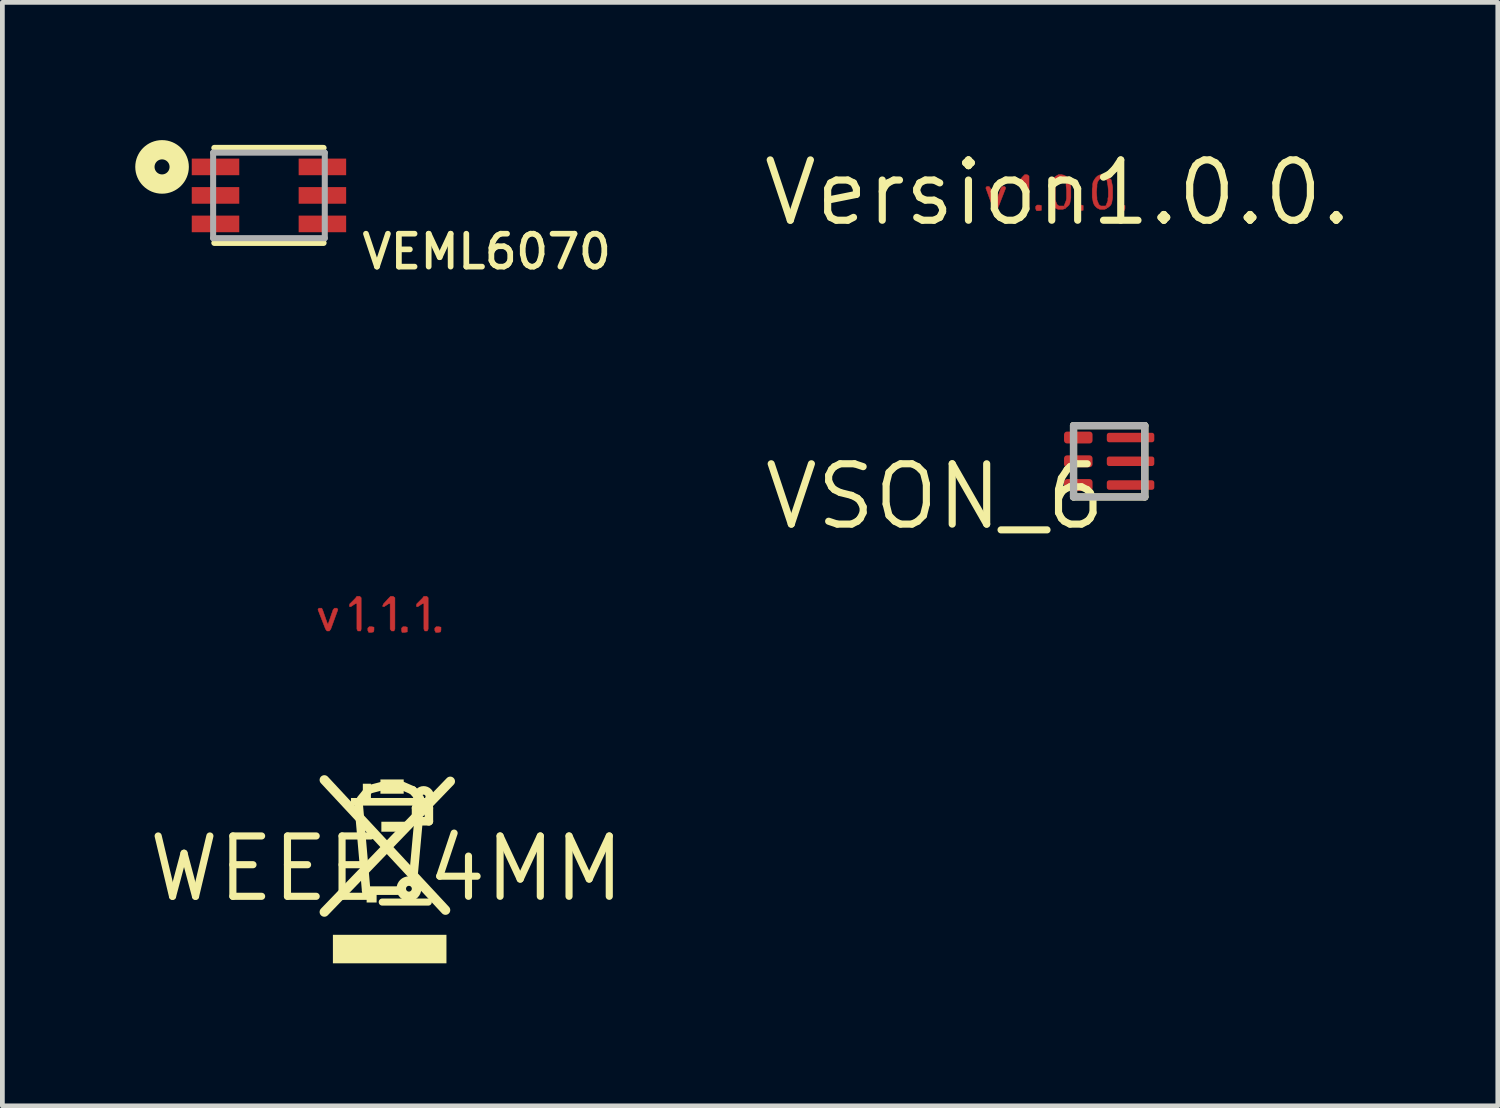
<source format=kicad_pcb>
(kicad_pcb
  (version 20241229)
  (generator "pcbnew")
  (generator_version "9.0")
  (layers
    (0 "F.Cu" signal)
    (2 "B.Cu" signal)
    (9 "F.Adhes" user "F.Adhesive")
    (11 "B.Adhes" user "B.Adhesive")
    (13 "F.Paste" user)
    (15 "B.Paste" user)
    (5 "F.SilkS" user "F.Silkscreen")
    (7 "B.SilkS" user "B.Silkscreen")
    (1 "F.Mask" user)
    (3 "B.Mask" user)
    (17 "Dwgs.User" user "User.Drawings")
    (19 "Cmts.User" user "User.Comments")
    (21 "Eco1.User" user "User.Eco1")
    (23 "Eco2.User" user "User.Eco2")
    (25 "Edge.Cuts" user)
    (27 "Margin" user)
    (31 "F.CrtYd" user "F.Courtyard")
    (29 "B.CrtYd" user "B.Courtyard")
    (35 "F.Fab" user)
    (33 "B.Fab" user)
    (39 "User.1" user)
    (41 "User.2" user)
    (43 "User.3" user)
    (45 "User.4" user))
  (footprint "Version1.1.1."
    (layer "F.Cu")
    (at 4.982 9.881)
    (property "Reference" "Version1.1.1." (at 0 -3.2 180) (unlocked yes) (layer "User.1") (effects (font (size 1 1) (thickness 0.15))))
    (fp_poly (pts (xy -0.27 0.38) (xy -0.22 0.38) (xy -0.17 0.37) (xy -0.16 0.33) (xy -0.16 0.27) (xy -0.21 0.26) (xy -0.26 0.26) (xy -0.29 0.29) (xy -0.29 0.34) (xy -0.27 0.38)) (stroke (width 0.01) (type solid)) (fill yes) (layer "F.Cu"))
    (fp_poly (pts (xy 0.43 0.38) (xy 0.48 0.38) (xy 0.54 0.37) (xy 0.54 0.33) (xy 0.54 0.27) (xy 0.5 0.26) (xy 0.45 0.26) (xy 0.42 0.29) (xy 0.42 0.34) (xy 0.43 0.38)) (stroke (width 0.01) (type solid)) (fill yes) (layer "F.Cu"))
    (fp_poly (pts (xy 1.14 0.38) (xy 1.19 0.38) (xy 1.24 0.37) (xy 1.25 0.33) (xy 1.25 0.27) (xy 1.2 0.26) (xy 1.15 0.26) (xy 1.12 0.29) (xy 1.12 0.34) (xy 1.14 0.38)) (stroke (width 0.01) (type solid)) (fill yes) (layer "F.Cu"))
    (fp_poly (pts (xy -0.5 0.35) (xy -0.44 0.35) (xy -0.43 0.31) (xy -0.43 -0.35) (xy -0.46 -0.38) (xy -0.52 -0.38) (xy -0.55 -0.34) (xy -0.67 -0.22) (xy -0.68 -0.17) (xy -0.65 -0.16) (xy -0.56 -0.22) (xy -0.52 -0.23) (xy -0.52 0.31) (xy -0.5 0.35)) (stroke (width 0.01) (type solid)) (fill yes) (layer "F.Cu"))
    (fp_poly (pts (xy 0.21 0.35) (xy 0.26 0.35) (xy 0.28 0.31) (xy 0.28 -0.35) (xy 0.24 -0.38) (xy 0.19 -0.38) (xy 0.15 -0.34) (xy 0.04 -0.22) (xy 0.02 -0.17) (xy 0.05 -0.16) (xy 0.14 -0.22) (xy 0.18 -0.23) (xy 0.18 0.31) (xy 0.21 0.35)) (stroke (width 0.01) (type solid)) (fill yes) (layer "F.Cu"))
    (fp_poly (pts (xy 0.91 0.35) (xy 0.96 0.35) (xy 0.98 0.31) (xy 0.98 -0.35) (xy 0.95 -0.38) (xy 0.89 -0.38) (xy 0.86 -0.34) (xy 0.74 -0.22) (xy 0.73 -0.17) (xy 0.76 -0.16) (xy 0.85 -0.22) (xy 0.89 -0.23) (xy 0.89 0.31) (xy 0.91 0.35)) (stroke (width 0.01) (type solid)) (fill yes) (layer "F.Cu"))
    (fp_poly (pts (xy -1.15 0.35) (xy -1.1 0.35) (xy -1.07 0.31) (xy -0.92 -0.1) (xy -0.94 -0.13) (xy -0.99 -0.13) (xy -1.02 -0.1) (xy -1.11 0.16) (xy -1.13 0.21) (xy -1.15 0.17) (xy -1.24 -0.09) (xy -1.26 -0.13) (xy -1.32 -0.13) (xy -1.34 -0.1) (xy -1.18 0.31) (xy -1.15 0.35)) (stroke (width 0.01) (type solid)) (fill yes) (layer "F.Cu")))
  (footprint "WEEE_4MM"
    (layer "F.Cu")
    (at 5.087 15.236)
    (property "Reference" "WEEE_4MM" (at 0 0 0) (layer "F.SilkS") (effects (font (size 1.27 1.27) (thickness 0.15))))
    (fp_line (start -1.31 -1.87) (end 1.24 0.87) (stroke (width 0.2) (type solid)) (layer "F.SilkS"))
    (fp_line (start -1.31 0.91) (end 1.34 -1.84) (stroke (width 0.2) (type solid)) (layer "F.SilkS"))
    (fp_line (start -0.43 0.46) (end -0.59 -1.38) (stroke (width 0.18) (type solid)) (layer "F.SilkS"))
    (fp_line (start -0.43 0.46) (end 0.23 0.46) (stroke (width 0.18) (type solid)) (layer "F.SilkS"))
    (fp_line (start -0.37 -1.67) (end -0.54 -1.46) (stroke (width 0.18) (type solid)) (layer "F.SilkS"))
    (fp_line (start -0.1 -1.74) (end -0.37 -1.67) (stroke (width 0.18) (type solid)) (layer "F.SilkS"))
    (fp_line (start 0.32 -1.75) (end 0.55 -1.65) (stroke (width 0.18) (type solid)) (layer "F.SilkS"))
    (fp_line (start 0.55 -1.65) (end 0.7 -1.48) (stroke (width 0.18) (type solid)) (layer "F.SilkS"))
    (fp_line (start 0.56 0.21) (end 0.67 -1) (stroke (width 0.18) (type solid)) (layer "F.SilkS"))
    (fp_line (start 0.62 -1.28) (end 0.62 -0.98) (stroke (width 0.18) (type solid)) (layer "F.SilkS"))
    (fp_line (start 0.67 -1) (end 0.89 -1) (stroke (width 0.18) (type solid)) (layer "F.SilkS"))
    (fp_line (start 0.89 -1.28) (end 0.62 -1.28) (stroke (width 0.18) (type solid)) (layer "F.SilkS"))
    (fp_line (start 0.89 -1) (end 0.89 -1.28) (stroke (width 0.18) (type solid)) (layer "F.SilkS"))
    (fp_circle (center 0.47 0.42) (end 0.631 0.42) (stroke (width 0.2) (type solid)) (fill no) (layer "F.SilkS"))
    (fp_circle (center 0.78 -1.52) (end 0.82 -1.52) (stroke (width 0.18) (type solid)) (fill no) (layer "F.SilkS"))
    (fp_poly (pts (xy -1.13 1.99) (xy 1.26 1.99) (xy 1.26 1.39) (xy -1.13 1.39)) (stroke (width 0) (type default)) (fill yes) (layer "F.SilkS"))
    (fp_poly (pts (xy -0.75 -1.33) (xy 0.82 -1.33) (xy 0.82 -1.49) (xy -0.75 -1.49)) (stroke (width 0) (type default)) (fill yes) (layer "F.SilkS"))
    (fp_poly (pts (xy -0.5 -1.45) (xy -0.33 -1.45) (xy -0.33 -1.79) (xy -0.5 -1.79)) (stroke (width 0) (type default)) (fill yes) (layer "F.SilkS"))
    (fp_poly (pts (xy -0.42 0.71) (xy -0.21 0.71) (xy -0.21 0.45) (xy -0.42 0.45)) (stroke (width 0) (type default)) (fill yes) (layer "F.SilkS"))
    (fp_poly (pts (xy -0.13 -1.58) (xy 0.36 -1.58) (xy 0.36 -1.88) (xy -0.13 -1.88)) (stroke (width 0) (type default)) (fill yes) (layer "F.SilkS"))
    (fp_poly (pts (xy -0.11 -0.78) (xy 0.41 -0.78) (xy 0.41 -0.99) (xy -0.11 -0.99)) (stroke (width 0) (type default)) (fill yes) (layer "F.SilkS")))
  (footprint "VEML6070"
    (layer "F.Cu")
    (at 2.611 1.063)
    (property "Reference" "VEML6070" (at 1.897 1.59 0) (layer "F.SilkS") (effects (font (size 0.693 0.693) (thickness 0.12)) (justify left bottom)))
    (fp_line (start -1.15 -1) (end 1.15 -1) (stroke (width 0.127) (type solid)) (layer "F.SilkS"))
    (fp_line (start -1.15 1) (end 1.15 1) (stroke (width 0.127) (type solid)) (layer "F.SilkS"))
    (fp_circle (center -2.25 -0.6) (end -2.092 -0.6) (stroke (width 0.406) (type solid)) (fill no) (layer "F.SilkS"))
    (fp_line (start -1.175 -0.9) (end 1.175 -0.9) (stroke (width 0.127) (type solid)) (layer "F.Fab"))
    (fp_line (start -1.175 0.9) (end -1.175 -0.9) (stroke (width 0.127) (type solid)) (layer "F.Fab"))
    (fp_line (start 1.175 -0.9) (end 1.175 0.9) (stroke (width 0.127) (type solid)) (layer "F.Fab"))
    (fp_line (start 1.175 0.9) (end -1.175 0.9) (stroke (width 0.127) (type solid)) (layer "F.Fab"))
    (pad "1" smd rect (at -1.125 -0.6) (size 1 0.35) (layers "F.Cu" "F.Mask" "F.Paste"))
    (pad "2" smd rect (at -1.125 0) (size 1 0.35) (layers "F.Cu" "F.Mask" "F.Paste"))
    (pad "3" smd rect (at -1.125 0.6) (size 1 0.35) (layers "F.Cu" "F.Mask" "F.Paste"))
    (pad "4" smd rect (at 1.125 0.6) (size 1 0.35) (layers "F.Cu" "F.Mask" "F.Paste"))
    (pad "5" smd rect (at 1.125 0) (size 1 0.35) (layers "F.Cu" "F.Mask" "F.Paste"))
    (pad "6" smd rect (at 1.125 -0.6) (size 1 0.35) (layers "F.Cu" "F.Mask" "F.Paste")))
  (footprint "Version1.0.0."
    (layer "F.Cu")
    (at 19.209 1.006)
    (property "Reference" "Version1.0.0." (at 0 0 0) (layer "F.SilkS") (effects (font (size 1.27 1.27) (thickness 0.15))))
    (attr board_only exclude_from_pos_files exclude_from_bom)
    (fp_poly (pts (xy -0.44 0.38) (xy -0.39 0.38) (xy -0.34 0.37) (xy -0.34 0.33) (xy -0.34 0.27) (xy -0.38 0.26) (xy -0.43 0.26) (xy -0.46 0.29) (xy -0.46 0.34) (xy -0.44 0.38)) (stroke (width 0.01) (type solid)) (fill yes) (layer "F.Cu"))
    (fp_poly (pts (xy 0.43 0.38) (xy 0.48 0.38) (xy 0.54 0.37) (xy 0.54 0.33) (xy 0.54 0.27) (xy 0.5 0.26) (xy 0.45 0.26) (xy 0.42 0.29) (xy 0.42 0.34) (xy 0.43 0.38)) (stroke (width 0.01) (type solid)) (fill yes) (layer "F.Cu"))
    (fp_poly (pts (xy 1.31 0.38) (xy 1.36 0.38) (xy 1.41 0.37) (xy 1.42 0.33) (xy 1.42 0.27) (xy 1.38 0.26) (xy 1.33 0.26) (xy 1.3 0.29) (xy 1.3 0.34) (xy 1.31 0.38)) (stroke (width 0.01) (type solid)) (fill yes) (layer "F.Cu"))
    (fp_poly (pts (xy -0.67 0.35) (xy -0.62 0.35) (xy -0.6 0.31) (xy -0.6 -0.35) (xy -0.64 -0.38) (xy -0.69 -0.38) (xy -0.73 -0.34) (xy -0.84 -0.22) (xy -0.86 -0.17) (xy -0.83 -0.16) (xy -0.73 -0.22) (xy -0.69 -0.23) (xy -0.69 0.31) (xy -0.67 0.35)) (stroke (width 0.01) (type solid)) (fill yes) (layer "F.Cu"))
    (fp_poly (pts (xy -1.33 0.35) (xy -1.27 0.35) (xy -1.25 0.31) (xy -1.09 -0.1) (xy -1.11 -0.13) (xy -1.16 -0.13) (xy -1.19 -0.1) (xy -1.28 0.16) (xy -1.3 0.21) (xy -1.32 0.17) (xy -1.41 -0.09) (xy -1.44 -0.13) (xy -1.49 -0.13) (xy -1.51 -0.1) (xy -1.36 0.31) (xy -1.33 0.35)) (stroke (width 0.01) (type solid)) (fill yes) (layer "F.Cu"))
    (fp_poly (pts (xy 0.06 0.35) (xy 0.11 0.35) (xy 0.17 0.33) (xy 0.13 0.28) (xy 0.03 0.28) (xy -0.01 0.25) (xy -0.03 0.2) (xy -0.05 0.15) (xy -0.05 0.11) (xy -0.05 -0.01) (xy -0.05 -0.13) (xy -0.05 -0.17) (xy -0.03 -0.22) (xy -0.01 -0.27) (xy 0.02 -0.3) (xy 0.13 -0.3) (xy 0.16 -0.26) (xy 0.18 -0.21) (xy 0.18 -0.15) (xy 0.19 -0.05) (xy 0.19 0.08) (xy 0.19 0.12) (xy 0.18 0.17) (xy 0.16 0.22) (xy 0.14 0.27) (xy 0.14 0.28) (xy 0.17 0.32) (xy 0.21 0.29) (xy 0.24 0.26) (xy 0.26 0.22) (xy 0.27 0.16) (xy 0.28 0.11) (xy 0.28 0.06) (xy 0.28 -0.06) (xy 0.28 -0.12) (xy 0.27 -0.17) (xy 0.26 -0.22) (xy 0.25 -0.27) (xy 0.22 -0.3) (xy 0.19 -0.34) (xy 0.13 -0.37) (xy 0.08 -0.38) (xy 0.02 -0.38) (xy -0.03 -0.35) (xy -0.08 -0.31) (xy -0.1 -0.28) (xy -0.12 -0.23) (xy -0.14 -0.18) (xy -0.14 -0.13) (xy -0.15 -0.08) (xy -0.15 0.04) (xy -0.14 0.1) (xy -0.14 0.14) (xy -0.13 0.2) (xy -0.11 0.25) (xy -0.08 0.28) (xy -0.05 0.32) (xy 0.01 0.35) (xy 0.06 0.35)) (stroke (width 0.01) (type solid)) (fill yes) (layer "F.Cu"))
    (fp_poly (pts (xy 0.93 0.35) (xy 0.99 0.35) (xy 1.04 0.33) (xy 1.01 0.28) (xy 0.91 0.28) (xy 0.87 0.25) (xy 0.85 0.2) (xy 0.83 0.15) (xy 0.83 0.11) (xy 0.82 -0.01) (xy 0.83 -0.13) (xy 0.83 -0.17) (xy 0.84 -0.22) (xy 0.87 -0.27) (xy 0.9 -0.3) (xy 1.01 -0.3) (xy 1.04 -0.26) (xy 1.05 -0.21) (xy 1.06 -0.15) (xy 1.07 -0.05) (xy 1.07 0.08) (xy 1.06 0.12) (xy 1.06 0.17) (xy 1.04 0.22) (xy 1.02 0.27) (xy 1.01 0.28) (xy 1.05 0.32) (xy 1.09 0.29) (xy 1.12 0.26) (xy 1.14 0.22) (xy 1.15 0.16) (xy 1.16 0.11) (xy 1.16 0.06) (xy 1.16 -0.06) (xy 1.16 -0.12) (xy 1.15 -0.17) (xy 1.14 -0.22) (xy 1.13 -0.27) (xy 1.1 -0.3) (xy 1.06 -0.34) (xy 1.01 -0.37) (xy 0.95 -0.38) (xy 0.9 -0.38) (xy 0.84 -0.35) (xy 0.8 -0.31) (xy 0.78 -0.28) (xy 0.75 -0.23) (xy 0.74 -0.18) (xy 0.74 -0.13) (xy 0.73 -0.08) (xy 0.73 0.04) (xy 0.73 0.1) (xy 0.74 0.14) (xy 0.75 0.2) (xy 0.77 0.25) (xy 0.79 0.28) (xy 0.83 0.32) (xy 0.89 0.35) (xy 0.93 0.35)) (stroke (width 0.01) (type solid)) (fill yes) (layer "F.Cu")))
  (footprint "VSON_6"
    (layer "F.Cu")
    (at 20.296 6.659)
    (property "Reference" "VSON_6" (at 0 0 0) (layer "F.SilkS") (effects (font (size 1.27 1.27) (thickness 0.15)) (justify right top)))
    (fp_line (start -0.75 -0.75) (end -0.75 0.75) (stroke (width 0.152) (type solid)) (layer "F.SilkS"))
    (fp_line (start -0.75 0.75) (end 0.75 0.75) (stroke (width 0.152) (type solid)) (layer "F.SilkS"))
    (fp_line (start 0.75 -0.75) (end -0.75 -0.75) (stroke (width 0.152) (type solid)) (layer "F.SilkS"))
    (fp_line (start 0.75 0.75) (end 0.75 -0.75) (stroke (width 0.152) (type solid)) (layer "F.SilkS"))
    (fp_line (start -0.75 -0.75) (end -0.75 0.75) (stroke (width 0.152) (type solid)) (layer "F.Fab"))
    (fp_line (start -0.75 0.75) (end 0.75 0.75) (stroke (width 0.152) (type solid)) (layer "F.Fab"))
    (fp_line (start 0.75 -0.75) (end -0.75 -0.75) (stroke (width 0.152) (type solid)) (layer "F.Fab"))
    (fp_line (start 0.75 0.75) (end 0.75 -0.75) (stroke (width 0.152) (type solid)) (layer "F.Fab"))
    (pad "P$1" smd roundrect (at -0.65 -0.5) (size 0.6 0.25) (layers "F.Cu" "F.Mask" "F.Paste") (roundrect_rratio 0.25))
    (pad "P$2" smd roundrect (at -0.65 0) (size 0.6 0.25) (layers "F.Cu" "F.Mask" "F.Paste") (roundrect_rratio 0.25))
    (pad "P$3" smd roundrect (at -0.65 0.5) (size 0.6 0.25) (layers "F.Cu" "F.Mask" "F.Paste") (roundrect_rratio 0.25))
    (pad "P$4" smd roundrect (at 0.45 0.5 180) (size 1 0.2) (layers "F.Cu" "F.Mask" "F.Paste") (roundrect_rratio 0.25))
    (pad "P$5" smd roundrect (at 0.45 0 180) (size 1 0.2) (layers "F.Cu" "F.Mask" "F.Paste") (roundrect_rratio 0.25))
    (pad "P$6" smd roundrect (at 0.45 -0.5 180) (size 1 0.2) (layers "F.Cu" "F.Mask" "F.Paste") (roundrect_rratio 0.25)))
  (gr_rect
    (start -3 -3)
    (end 28.476 20.226)
    (stroke (width 0.1) (type default))
    (fill no)
    (layer "Edge.Cuts")))
</source>
